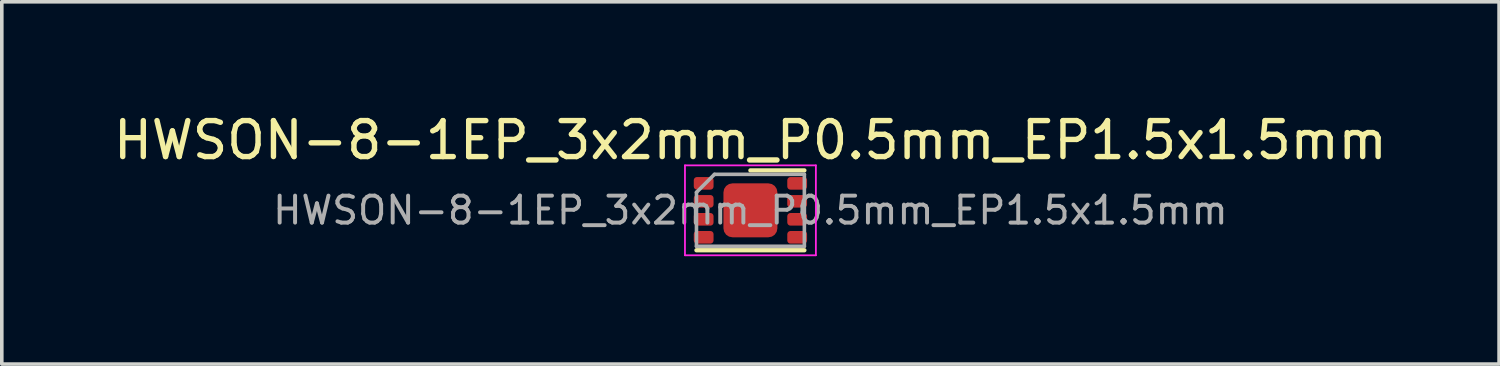
<source format=kicad_pcb>
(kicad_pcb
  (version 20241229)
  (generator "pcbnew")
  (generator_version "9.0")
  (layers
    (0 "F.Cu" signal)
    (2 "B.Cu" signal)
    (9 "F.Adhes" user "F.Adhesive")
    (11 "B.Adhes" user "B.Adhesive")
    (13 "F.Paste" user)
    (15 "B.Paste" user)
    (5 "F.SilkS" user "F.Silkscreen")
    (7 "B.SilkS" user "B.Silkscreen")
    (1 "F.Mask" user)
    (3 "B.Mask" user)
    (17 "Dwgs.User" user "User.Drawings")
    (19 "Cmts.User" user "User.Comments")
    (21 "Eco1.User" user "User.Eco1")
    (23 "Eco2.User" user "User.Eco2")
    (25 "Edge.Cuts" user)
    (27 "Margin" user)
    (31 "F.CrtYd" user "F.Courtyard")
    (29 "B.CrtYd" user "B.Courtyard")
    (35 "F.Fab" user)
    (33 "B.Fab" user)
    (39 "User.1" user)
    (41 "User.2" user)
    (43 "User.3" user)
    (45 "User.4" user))
  (footprint "HWSON-8-1EP_3x2mm_P0.5mm_EP1.5x1.5mm"
    (layer "F.Cu")
    (at 17.815 2.798)
    (property "Reference" "HWSON-8-1EP_3x2mm_P0.5mm_EP1.5x1.5mm" (at 0 -1.95 0) (layer "F.SilkS") (effects (font (size 1 1) (thickness 0.15))))
    (attr smd)
    (fp_line (start -1.5 1.11) (end 1.5 1.11) (stroke (width 0.12) (type solid)) (layer "F.SilkS"))
    (fp_line (start 0 -1.11) (end 1.5 -1.11) (stroke (width 0.12) (type solid)) (layer "F.SilkS"))
    (fp_line (start -1.82 -1.25) (end -1.82 1.25) (stroke (width 0.05) (type solid)) (layer "F.CrtYd"))
    (fp_line (start -1.82 1.25) (end 1.82 1.25) (stroke (width 0.05) (type solid)) (layer "F.CrtYd"))
    (fp_line (start 1.82 -1.25) (end -1.82 -1.25) (stroke (width 0.05) (type solid)) (layer "F.CrtYd"))
    (fp_line (start 1.82 1.25) (end 1.82 -1.25) (stroke (width 0.05) (type solid)) (layer "F.CrtYd"))
    (fp_line (start -1.5 -0.5) (end -1 -1) (stroke (width 0.1) (type solid)) (layer "F.Fab"))
    (fp_line (start -1.5 1) (end -1.5 -0.5) (stroke (width 0.1) (type solid)) (layer "F.Fab"))
    (fp_line (start -1 -1) (end 1.5 -1) (stroke (width 0.1) (type solid)) (layer "F.Fab"))
    (fp_line (start 1.5 -1) (end 1.5 1) (stroke (width 0.1) (type solid)) (layer "F.Fab"))
    (fp_line (start 1.5 1) (end -1.5 1) (stroke (width 0.1) (type solid)) (layer "F.Fab"))
    (fp_text user "${REFERENCE}" (at 0 0 0) (layer "F.Fab") (effects (font (size 0.75 0.75) (thickness 0.11))))
    (pad "" smd roundrect (at -0.375 -0.375) (size 0.53 0.53) (layers "F.Paste") (roundrect_rratio 0.25))
    (pad "" smd roundrect (at -0.375 0.375) (size 0.53 0.53) (layers "F.Paste") (roundrect_rratio 0.25))
    (pad "" smd roundrect (at 0.375 -0.375) (size 0.53 0.53) (layers "F.Paste") (roundrect_rratio 0.25))
    (pad "" smd roundrect (at 0.375 0.375) (size 0.53 0.53) (layers "F.Paste") (roundrect_rratio 0.25))
    (pad "1" smd roundrect (at -1.3 -0.75) (size 0.55 0.35) (layers "F.Cu" "F.Mask" "F.Paste") (roundrect_rratio 0.25))
    (pad "2" smd roundrect (at -1.3 -0.25) (size 0.55 0.35) (layers "F.Cu" "F.Mask" "F.Paste") (roundrect_rratio 0.25))
    (pad "3" smd roundrect (at -1.3 0.25) (size 0.55 0.35) (layers "F.Cu" "F.Mask" "F.Paste") (roundrect_rratio 0.25))
    (pad "4" smd roundrect (at -1.3 0.75) (size 0.55 0.35) (layers "F.Cu" "F.Mask" "F.Paste") (roundrect_rratio 0.25))
    (pad "5" smd roundrect (at 1.3 0.75) (size 0.55 0.35) (layers "F.Cu" "F.Mask" "F.Paste") (roundrect_rratio 0.25))
    (pad "6" smd roundrect (at 1.3 0.25) (size 0.55 0.35) (layers "F.Cu" "F.Mask" "F.Paste") (roundrect_rratio 0.25))
    (pad "7" smd roundrect (at 1.3 -0.25) (size 0.55 0.35) (layers "F.Cu" "F.Mask" "F.Paste") (roundrect_rratio 0.25))
    (pad "8" smd roundrect (at 1.3 -0.75) (size 0.55 0.35) (layers "F.Cu" "F.Mask" "F.Paste") (roundrect_rratio 0.25))
    (pad "9" smd roundrect (at 0 0) (size 1.5 1.5) (layers "F.Cu" "F.Mask") (roundrect_rratio 0.167)))
  (gr_rect
    (start -3 -3)
    (end 38.631 7.073)
    (stroke (width 0.1) (type default))
    (fill no)
    (layer "Edge.Cuts")))
</source>
